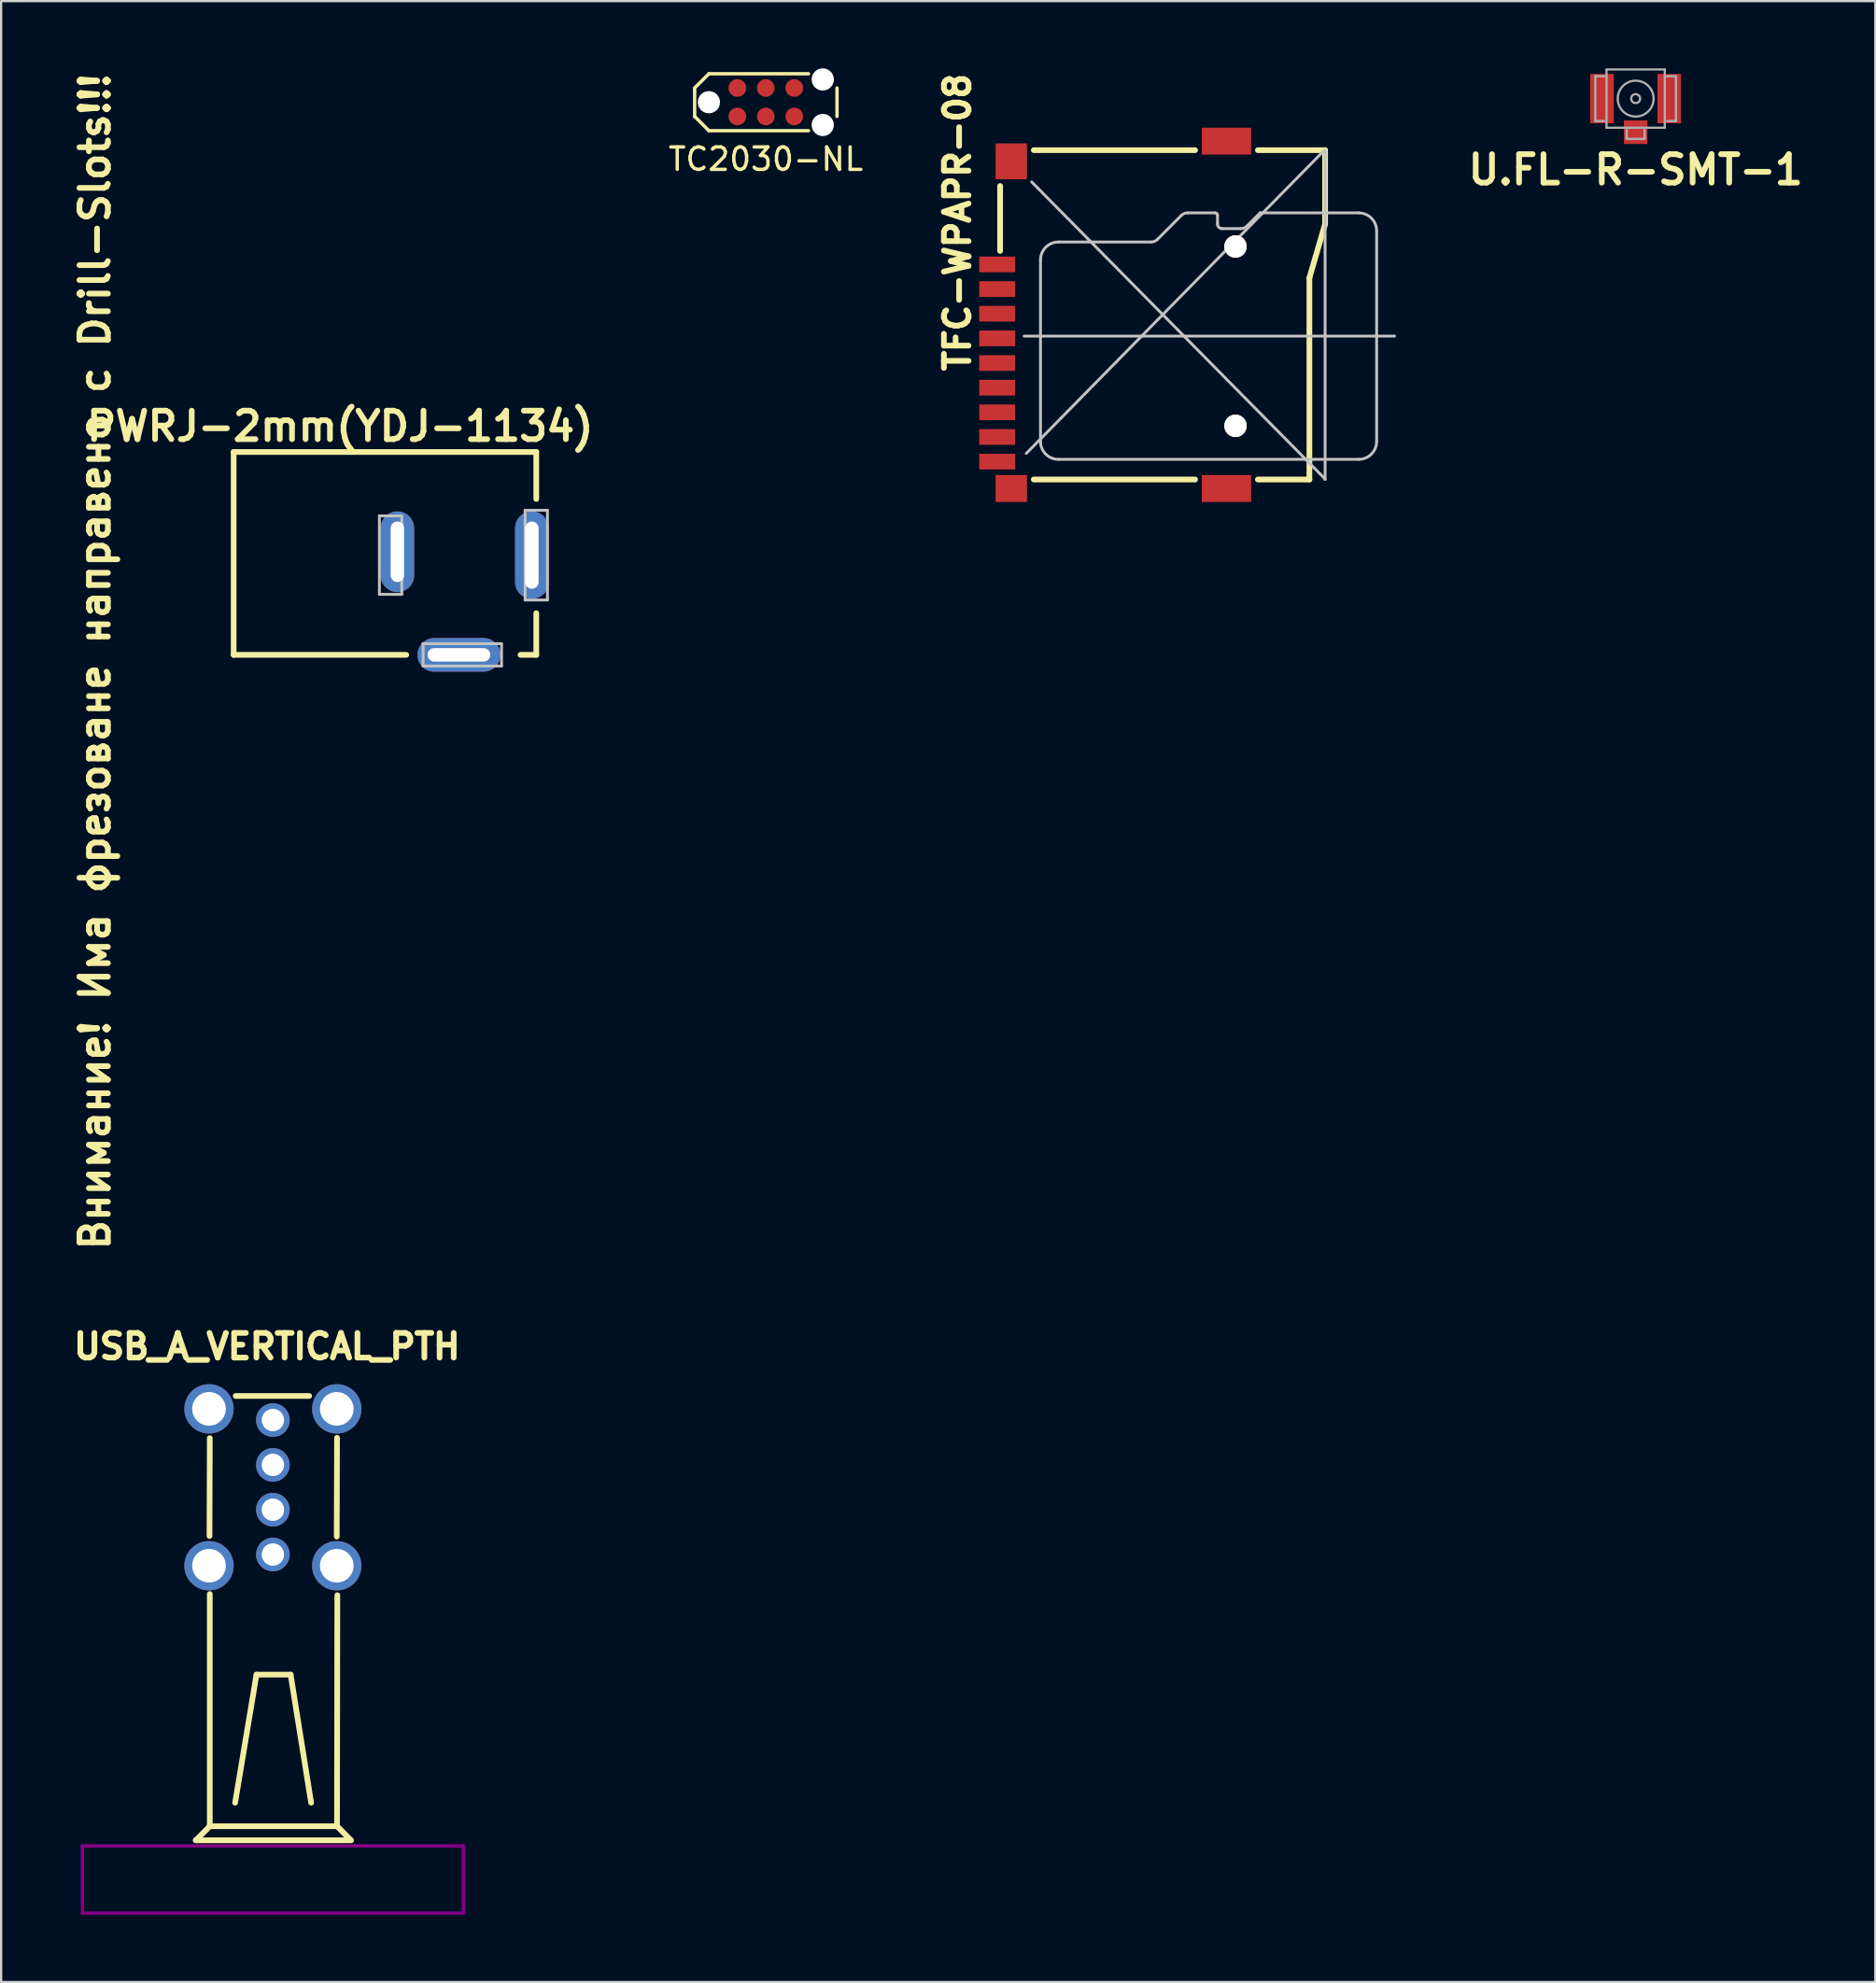
<source format=kicad_pcb>
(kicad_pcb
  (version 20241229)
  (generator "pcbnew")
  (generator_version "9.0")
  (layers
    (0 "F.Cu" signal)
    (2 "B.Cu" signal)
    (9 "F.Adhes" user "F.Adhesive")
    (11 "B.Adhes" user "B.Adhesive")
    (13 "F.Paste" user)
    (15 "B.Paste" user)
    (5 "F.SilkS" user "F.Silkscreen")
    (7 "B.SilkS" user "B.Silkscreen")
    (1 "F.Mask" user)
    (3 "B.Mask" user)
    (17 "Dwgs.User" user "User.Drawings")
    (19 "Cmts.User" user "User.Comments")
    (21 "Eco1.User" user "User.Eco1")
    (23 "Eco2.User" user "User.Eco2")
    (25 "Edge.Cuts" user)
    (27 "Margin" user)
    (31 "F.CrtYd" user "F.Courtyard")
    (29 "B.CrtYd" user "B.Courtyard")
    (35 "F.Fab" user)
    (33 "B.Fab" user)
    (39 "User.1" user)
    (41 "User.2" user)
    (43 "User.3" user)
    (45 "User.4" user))
  (footprint "USB_A_VERTICAL_PTH"
    (layer "F.Cu")
    (at 9.124 66.315)
    (property "Reference" "USB_A_VERTICAL_PTH" (at -0.262 -9.284 0) (layer "F.SilkS") (effects (font (size 1.1 1.1) (thickness 0.254))))
    (attr smd)
    (fp_line (start -3.442 12.75) (end 3.479 12.75) (stroke (width 0.254) (type solid)) (layer "F.SilkS"))
    (fp_line (start -3.437 12.75) (end -2.823 12.133) (stroke (width 0.254) (type solid)) (layer "F.SilkS"))
    (fp_line (start -2.828 12.125) (end 2.864 12.125) (stroke (width 0.254) (type solid)) (layer "F.SilkS"))
    (fp_line (start -2.815 -5.195) (end -2.828 -0.826) (stroke (width 0.254) (type solid)) (layer "F.SilkS"))
    (fp_line (start -2.815 1.764) (end -2.815 12.115) (stroke (width 0.254) (type solid)) (layer "F.SilkS"))
    (fp_line (start -1.685 11.074) (end -0.732 5.359) (stroke (width 0.254) (type solid)) (layer "F.SilkS"))
    (fp_line (start -1.659 -7.075) (end 1.617 -7.075) (stroke (width 0.254) (type solid)) (layer "F.SilkS"))
    (fp_line (start -0.732 5.359) (end 0.792 5.359) (stroke (width 0.254) (type solid)) (layer "F.SilkS"))
    (fp_line (start 0.792 5.359) (end 1.706 11.074) (stroke (width 0.254) (type solid)) (layer "F.SilkS"))
    (fp_line (start 2.862 -5.208) (end 2.849 -0.801) (stroke (width 0.254) (type solid)) (layer "F.SilkS"))
    (fp_line (start 2.864 12.123) (end 3.479 12.747) (stroke (width 0.254) (type solid)) (layer "F.SilkS"))
    (fp_line (start 2.875 1.815) (end 2.862 12.115) (stroke (width 0.254) (type solid)) (layer "F.SilkS"))
    (fp_line (start -8.5 13) (end 8.5 13) (stroke (width 0.15) (type solid)) (layer "F.Adhes"))
    (fp_line (start -8.5 16) (end -8.5 13) (stroke (width 0.15) (type solid)) (layer "F.Adhes"))
    (fp_line (start 8.5 13) (end 8.5 16) (stroke (width 0.15) (type solid)) (layer "F.Adhes"))
    (fp_line (start 8.5 16) (end -8.5 16) (stroke (width 0.15) (type solid)) (layer "F.Adhes"))
    (pad "1" thru_hole circle (at 0 0) (size 1.5 1.5) (drill 1) (layers "*.Cu" "*.Mask"))
    (pad "2" thru_hole circle (at 0 -2) (size 1.5 1.5) (drill 1) (layers "*.Cu" "*.Mask"))
    (pad "3" thru_hole circle (at 0 -4) (size 1.5 1.5) (drill 1) (layers "*.Cu" "*.Mask"))
    (pad "4" thru_hole circle (at 0 -6) (size 1.5 1.5) (drill 1) (layers "*.Cu" "*.Mask"))
    (pad "SH" thru_hole circle (at -2.85 -6.5) (size 2.2 2.2) (drill 1.5) (layers "*.Cu" "*.Mask"))
    (pad "SH" thru_hole circle (at -2.85 0.5) (size 2.2 2.2) (drill 1.5) (layers "*.Cu" "*.Mask"))
    (pad "SH" thru_hole circle (at 2.85 -6.5) (size 2.2 2.2) (drill 1.5) (layers "*.Cu" "*.Mask"))
    (pad "SH" thru_hole circle (at 2.85 0.5) (size 2.2 2.2) (drill 1.5) (layers "*.Cu" "*.Mask")))
  (footprint "TFC-WPAPR-08"
    (layer "F.Cu")
    (at 48.436 10.998)
    (property "Reference" "TFC-WPAPR-08" (at -8.773 -4.128 90) (layer "F.SilkS") (effects (font (size 1.1 1.1) (thickness 0.254))))
    (attr smd)
    (fp_line (start -6.868 -2.85) (end -6.868 -5.748) (stroke (width 0.254) (type solid)) (layer "F.SilkS"))
    (fp_line (start -5.367 -7.348) (end 1.829 -7.348) (stroke (width 0.254) (type solid)) (layer "F.SilkS"))
    (fp_line (start -5.367 7.348) (end 1.829 7.348) (stroke (width 0.254) (type solid)) (layer "F.SilkS"))
    (fp_line (start 4.63 -7.348) (end 7.63 -7.348) (stroke (width 0.254) (type solid)) (layer "F.SilkS"))
    (fp_line (start 4.63 7.348) (end 6.929 7.348) (stroke (width 0.254) (type solid)) (layer "F.SilkS"))
    (fp_line (start 6.929 -1.648) (end 6.929 7.348) (stroke (width 0.254) (type solid)) (layer "F.SilkS"))
    (fp_line (start 7.63 -7.348) (end 7.63 -4.049) (stroke (width 0.254) (type solid)) (layer "F.SilkS"))
    (fp_line (start 7.63 -4.049) (end 6.929 -1.648) (stroke (width 0.254) (type solid)) (layer "F.SilkS"))
    (fp_line (start -5.794 0.95) (end 10.729 0.95) (stroke (width 0.127) (type solid)) (layer "Dwgs.User"))
    (fp_line (start -5.702 6.185) (end 7.544 -7.29) (stroke (width 0.127) (type solid)) (layer "Dwgs.User"))
    (fp_line (start -5.461 -5.931) (end 7.633 7.328) (stroke (width 0.127) (type solid)) (layer "Dwgs.User"))
    (fp_line (start -5.067 5.649) (end -5.067 -2.449) (stroke (width 0.127) (type solid)) (layer "Dwgs.User"))
    (fp_line (start -4.267 -3.249) (end -0.135 -3.249) (stroke (width 0.127) (type solid)) (layer "Dwgs.User"))
    (fp_line (start 0.15 -3.365) (end 1.212 -4.432) (stroke (width 0.127) (type solid)) (layer "Dwgs.User"))
    (fp_line (start 1.496 -4.549) (end 2.731 -4.549) (stroke (width 0.127) (type solid)) (layer "Dwgs.User"))
    (fp_line (start 2.83 -4.448) (end 2.83 -4.049) (stroke (width 0.127) (type solid)) (layer "Dwgs.User"))
    (fp_line (start 3.03 -3.848) (end 3.863 -3.848) (stroke (width 0.127) (type solid)) (layer "Dwgs.User"))
    (fp_line (start 4.148 -3.965) (end 4.729 -4.549) (stroke (width 0.127) (type solid)) (layer "Dwgs.User"))
    (fp_line (start 4.729 -4.549) (end 9.129 -4.549) (stroke (width 0.127) (type solid)) (layer "Dwgs.User"))
    (fp_line (start 7.63 -7.348) (end 7.63 7.348) (stroke (width 0.127) (type solid)) (layer "Dwgs.User"))
    (fp_line (start 9.129 6.449) (end -4.267 6.449) (stroke (width 0.127) (type solid)) (layer "Dwgs.User"))
    (fp_line (start 9.929 -3.749) (end 9.929 5.649) (stroke (width 0.127) (type solid)) (layer "Dwgs.User"))
    (fp_arc (start -5.0673 -2.44856) (mid -4.832956 -3.014316) (end -4.2672 -3.24866) (stroke (width 0.127) (type solid)) (layer "Dwgs.User"))
    (fp_arc (start -4.2672 6.44906) (mid -4.832956 6.214716) (end -5.0673 5.64896) (stroke (width 0.127) (type solid)) (layer "Dwgs.User"))
    (fp_arc (start 0.14986 -3.3655) (mid 0.020505 -3.279068) (end -0.13208 -3.248717) (stroke (width 0.127) (type solid)) (layer "Dwgs.User"))
    (fp_arc (start 1.21158 -4.4323) (mid 1.341776 -4.519377) (end 1.495358 -4.550135) (stroke (width 0.127) (type solid)) (layer "Dwgs.User"))
    (fp_arc (start 2.7305 -4.54914) (mid 2.802342 -4.519382) (end 2.8321 -4.44754) (stroke (width 0.127) (type solid)) (layer "Dwgs.User"))
    (fp_arc (start 3.03022 -3.8481) (mid 2.888332 -3.906872) (end 2.82956 -4.04876) (stroke (width 0.127) (type solid)) (layer "Dwgs.User"))
    (fp_arc (start 4.14782 -3.96494) (mid 4.017299 -3.877729) (end 3.86334 -3.847105) (stroke (width 0.127) (type solid)) (layer "Dwgs.User"))
    (fp_arc (start 9.12876 -4.54914) (mid 9.694516 -4.314796) (end 9.92886 -3.74904) (stroke (width 0.127) (type solid)) (layer "Dwgs.User"))
    (fp_arc (start 9.92886 5.64896) (mid 9.694516 6.214716) (end 9.12876 6.44906) (stroke (width 0.127) (type solid)) (layer "Dwgs.User"))
    (pad "" smd rect (at -7.25 -2.25 270) (size 0.7 1.1) (layers "F.Mask" "F.Paste"))
    (pad "" smd rect (at -7.25 -1.15 270) (size 0.7 1.1) (layers "F.Mask" "F.Paste"))
    (pad "" smd rect (at -7.25 -0.05 270) (size 0.7 1.1) (layers "F.Mask" "F.Paste"))
    (pad "" smd rect (at -7.25 1.05 270) (size 0.7 1.1) (layers "F.Mask" "F.Paste"))
    (pad "" smd rect (at -7.25 2.15 270) (size 0.7 1.1) (layers "F.Mask" "F.Paste"))
    (pad "" smd rect (at -7.25 3.25 270) (size 0.7 1.1) (layers "F.Mask" "F.Paste"))
    (pad "" smd rect (at -7.25 4.35 270) (size 0.7 1.1) (layers "F.Mask" "F.Paste"))
    (pad "" smd rect (at -7.25 5.45 270) (size 0.7 1.1) (layers "F.Mask" "F.Paste"))
    (pad "" smd rect (at -7.25 6.55 270) (size 0.7 1.1) (layers "F.Mask" "F.Paste"))
    (pad "" smd rect (at -6.37 -6.95 270) (size 1.8 1.8) (layers "F.Paste"))
    (pad "" smd rect (at -6.37 7.85 270) (size 1.4 1.8) (layers "F.Paste"))
    (pad "" smd rect (at 3.23 -7.85 270) (size 1.4 2.6) (layers "F.Paste"))
    (pad "" smd rect (at 3.23 7.85 270) (size 1.4 2.6) (layers "F.Paste"))
    (pad "" np_thru_hole circle (at 3.632 -3.048) (size 1 1) (drill 1) (layers "*.Cu" "*.Mask" "F.SilkS"))
    (pad "" np_thru_hole circle (at 3.632 4.953) (size 1 1) (drill 1) (layers "*.Cu" "*.Mask" "F.SilkS"))
    (pad "1" smd rect (at -7 -2.25 270) (size 0.7 1.6) (layers "F.Cu"))
    (pad "2" smd rect (at -7 -1.15 270) (size 0.7 1.6) (layers "F.Cu"))
    (pad "3" smd rect (at -7 -0.05 270) (size 0.7 1.6) (layers "F.Cu"))
    (pad "4" smd rect (at -7 1.05 270) (size 0.7 1.6) (layers "F.Cu"))
    (pad "5" smd rect (at -7 2.15 270) (size 0.7 1.6) (layers "F.Cu"))
    (pad "6" smd rect (at -7 3.25 270) (size 0.7 1.6) (layers "F.Cu"))
    (pad "7" smd rect (at -7 4.35 270) (size 0.7 1.6) (layers "F.Cu"))
    (pad "8" smd rect (at -7 5.45 270) (size 0.7 1.6) (layers "F.Cu"))
    (pad "9" smd rect (at -7 6.55 270) (size 0.7 1.6) (layers "F.Cu"))
    (pad "10" smd rect (at -6.37 7.75 270) (size 1.2 1.4) (layers "F.Cu" "F.Mask"))
    (pad "11" smd rect (at -6.37 -6.85 270) (size 1.6 1.4) (layers "F.Cu" "F.Mask"))
    (pad "12" smd rect (at 3.23 7.75 270) (size 1.2 2.2) (layers "F.Cu" "F.Mask"))
    (pad "13" smd rect (at 3.23 -7.75 270) (size 1.2 2.2) (layers "F.Cu" "F.Mask")))
  (footprint "PWRJ-2mm(YDJ-1134)"
    (layer "F.Cu")
    (at 20.874 26.47)
    (property "Reference" "PWRJ-2mm(YDJ-1134)" (at -8.75 -10.5 0) (layer "F.SilkS") (effects (font (size 1.27 1.27) (thickness 0.254))))
    (attr smd)
    (fp_line (start -13.5 -9.352) (end -13.5 -0.3) (stroke (width 0.254) (type solid)) (layer "F.SilkS"))
    (fp_line (start -13.5 -0.3) (end -5.8 -0.3) (stroke (width 0.254) (type solid)) (layer "F.SilkS"))
    (fp_line (start 0 -9.352) (end -13.5 -9.352) (stroke (width 0.254) (type solid)) (layer "F.SilkS"))
    (fp_line (start 0 -9.352) (end 0 -7.254) (stroke (width 0.254) (type solid)) (layer "F.SilkS"))
    (fp_line (start 0 -0.3) (end -0.7 -0.3) (stroke (width 0.254) (type solid)) (layer "F.SilkS"))
    (fp_line (start 0 -0.3) (end 0 -2.158) (stroke (width 0.254) (type solid)) (layer "F.SilkS"))
    (fp_line (start -6.998 -6.5) (end -6.998 -3) (stroke (width 0.127) (type solid)) (layer "Dwgs.User"))
    (fp_line (start -6.998 -3) (end -5.999 -3) (stroke (width 0.127) (type solid)) (layer "Dwgs.User"))
    (fp_line (start -5.999 -6.5) (end -6.998 -6.5) (stroke (width 0.127) (type solid)) (layer "Dwgs.User"))
    (fp_line (start -5.999 -3) (end -5.999 -6.5) (stroke (width 0.127) (type solid)) (layer "Dwgs.User"))
    (fp_line (start -5.05 -0.798) (end -5.05 0.198) (stroke (width 0.127) (type solid)) (layer "Dwgs.User"))
    (fp_line (start -5.05 0.198) (end -1.549 0.198) (stroke (width 0.127) (type solid)) (layer "Dwgs.User"))
    (fp_line (start -1.549 -0.798) (end -5.05 -0.798) (stroke (width 0.127) (type solid)) (layer "Dwgs.User"))
    (fp_line (start -1.549 0.198) (end -1.549 -0.798) (stroke (width 0.127) (type solid)) (layer "Dwgs.User"))
    (fp_line (start -0.498 -6.749) (end -0.498 -2.748) (stroke (width 0.127) (type solid)) (layer "Dwgs.User"))
    (fp_line (start -0.498 -2.748) (end 0.498 -2.748) (stroke (width 0.127) (type solid)) (layer "Dwgs.User"))
    (fp_line (start 0.498 -6.749) (end -0.498 -6.749) (stroke (width 0.127) (type solid)) (layer "Dwgs.User"))
    (fp_line (start 0.498 -2.748) (end 0.498 -6.749) (stroke (width 0.127) (type solid)) (layer "Dwgs.User"))
    (fp_text user "Внимание! Има фрезоване направено с Drill-Slots!!!" (at -19.685 0 90) (layer "F.SilkS") (effects (font (size 1.27 1.27) (thickness 0.254))))
    (pad "+" thru_hole oval (at -0.196 -4.75) (size 1.5 3.9) (drill oval 0.6 3) (layers "*.Cu" "*.Mask"))
    (pad "-" thru_hole oval (at -6.196 -4.9) (size 1.5 3.6) (drill oval 0.6 2.7) (layers "*.Cu" "*.Mask"))
    (pad "-" thru_hole oval (at -3.45 -0.3) (size 3.7 1.5) (drill oval 2.8 0.6) (layers "*.Cu" "*.Mask")))
  (footprint "TC2030-NL"
    (layer "F.Cu")
    (at 31.115 1.511)
    (property "Reference" "TC2030-NL" (at 0 2.54 0) (layer "F.SilkS") (effects (font (size 1 1) (thickness 0.15))))
    (attr smd)
    (fp_line (start -3.175 -0.635) (end -3.175 0.635) (stroke (width 0.15) (type solid)) (layer "F.SilkS"))
    (fp_line (start -3.175 0.635) (end -2.54 1.27) (stroke (width 0.15) (type solid)) (layer "F.SilkS"))
    (fp_line (start -2.54 -1.27) (end -3.175 -0.635) (stroke (width 0.15) (type solid)) (layer "F.SilkS"))
    (fp_line (start -2.54 1.27) (end 1.905 1.27) (stroke (width 0.15) (type solid)) (layer "F.SilkS"))
    (fp_line (start 1.905 -1.27) (end -2.54 -1.27) (stroke (width 0.15) (type solid)) (layer "F.SilkS"))
    (fp_line (start 3.175 -0.635) (end 3.175 0.635) (stroke (width 0.15) (type solid)) (layer "F.SilkS"))
    (pad "" np_thru_hole circle (at -2.54 0) (size 0.991 0.991) (drill 0.991) (layers "*.Cu" "*.Mask"))
    (pad "" np_thru_hole circle (at 2.54 -1.016) (size 0.991 0.991) (drill 0.991) (layers "*.Cu" "*.Mask"))
    (pad "" np_thru_hole circle (at 2.54 1.016) (size 0.991 0.991) (drill 0.991) (layers "*.Cu" "*.Mask"))
    (pad "1" connect circle (at -1.27 0.635) (size 0.787 0.787) (layers "F.Cu" "F.Mask"))
    (pad "2" connect circle (at -1.27 -0.635) (size 0.787 0.787) (layers "F.Cu" "F.Mask"))
    (pad "3" connect circle (at 0 0.635) (size 0.787 0.787) (layers "F.Cu" "F.Mask"))
    (pad "4" connect circle (at 0 -0.635) (size 0.787 0.787) (layers "F.Cu" "F.Mask"))
    (pad "5" connect circle (at 1.27 0.635) (size 0.787 0.787) (layers "F.Cu" "F.Mask"))
    (pad "6" connect circle (at 1.27 -0.635) (size 0.787 0.787) (layers "F.Cu" "F.Mask")))
  (footprint "U.FL-R-SMT-1"
    (layer "F.Cu")
    (at 69.921 1.35)
    (property "Reference" "U.FL-R-SMT-1" (at 0 3.175 0) (layer "F.SilkS") (effects (font (size 1.27 1.27) (thickness 0.254))))
    (attr through_hole)
    (fp_line (start -1.8 -1) (end -1.4 -1) (stroke (width 0.1) (type solid)) (layer "F.Fab"))
    (fp_line (start -1.8 1) (end -1.8 -1) (stroke (width 0.1) (type solid)) (layer "F.Fab"))
    (fp_line (start -1.4 1) (end -1.8 1) (stroke (width 0.1) (type solid)) (layer "F.Fab"))
    (fp_line (start -1.3 -1.3) (end 1.3 -1.3) (stroke (width 0.1) (type solid)) (layer "F.Fab"))
    (fp_line (start -1.3 1.3) (end -1.3 -1.3) (stroke (width 0.1) (type solid)) (layer "F.Fab"))
    (fp_line (start -0.4 1.4) (end -0.4 1.8) (stroke (width 0.1) (type solid)) (layer "F.Fab"))
    (fp_line (start -0.4 1.8) (end 0.4 1.8) (stroke (width 0.1) (type solid)) (layer "F.Fab"))
    (fp_line (start 0.4 1.8) (end 0.4 1.4) (stroke (width 0.1) (type solid)) (layer "F.Fab"))
    (fp_line (start 1.3 -1.3) (end 1.3 1.3) (stroke (width 0.1) (type solid)) (layer "F.Fab"))
    (fp_line (start 1.3 1.3) (end -1.3 1.3) (stroke (width 0.1) (type solid)) (layer "F.Fab"))
    (fp_line (start 1.4 -1) (end 1.8 -1) (stroke (width 0.1) (type solid)) (layer "F.Fab"))
    (fp_line (start 1.8 -1) (end 1.8 1) (stroke (width 0.1) (type solid)) (layer "F.Fab"))
    (fp_line (start 1.8 1) (end 1.4 1) (stroke (width 0.1) (type solid)) (layer "F.Fab"))
    (fp_circle (center 0 0) (end 0.2 0) (stroke (width 0.1) (type solid)) (fill no) (layer "F.Fab"))
    (fp_circle (center 0 0) (end 0.8 0) (stroke (width 0.1) (type solid)) (fill no) (layer "F.Fab"))
    (pad "1" smd rect (at 0 1.5) (size 1.05 1.05) (layers "F.Cu" "F.Mask" "F.Paste"))
    (pad "2" smd rect (at -1.5 0) (size 1.05 2.2) (layers "F.Cu" "F.Mask" "F.Paste"))
    (pad "2" smd rect (at 1.5 0) (size 1.05 2.2) (layers "F.Cu" "F.Mask" "F.Paste")))
  (gr_rect
    (start -3 -3)
    (end 80.613 85.39)
    (stroke (width 0.1) (type default))
    (fill no)
    (layer "Edge.Cuts")))
</source>
